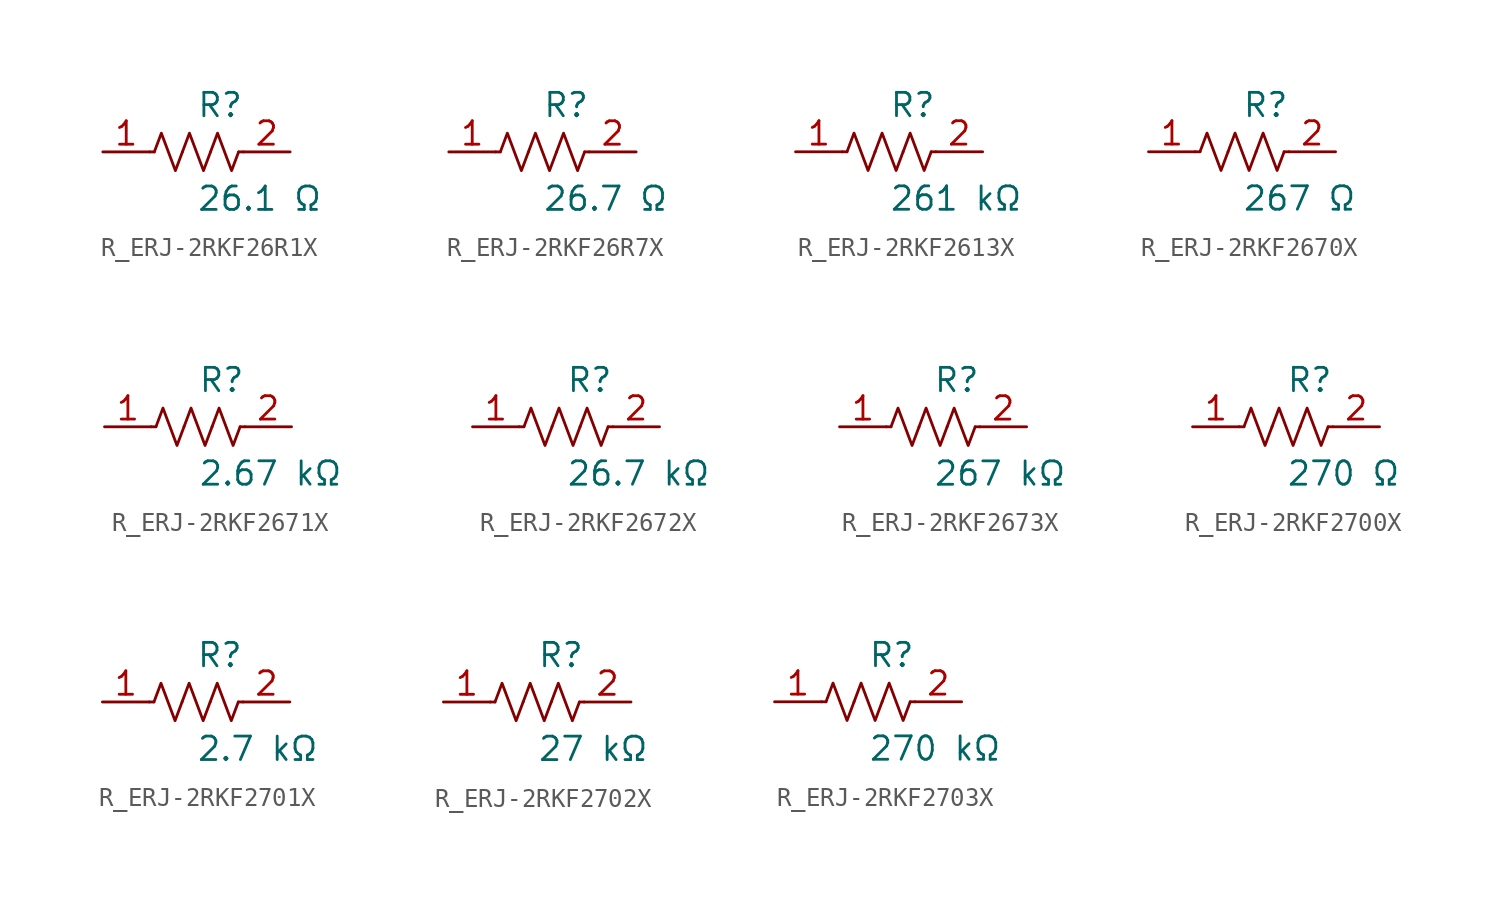
<source format=kicad_sym>
(kicad_symbol_lib
  (version 20231120)
  (generator kicad_symbol_editor)
  (generator_version 8.0)
  (symbol "R_ERJ-2RKF26R1X"
    (pin_names
      (offset 0.254))
    (property "Reference" "R"
      (at 0 2.54 0)
      (effects (font (size 1.27 1.27)) (justify left)))
    (property "Value" "26.1 Ω"
      (at 0 -2.54 0)
      (effects (font (size 1.27 1.27)) (justify left)))
    (symbol "R_ERJ-2RKF26R1X_0_1"
      (polyline (pts (xy 2.286 0) (xy 2.54 0)) (stroke (width 0) (type default)) (fill (type none)))
      (polyline (pts (xy -2.286 0) (xy -2.54 0)) (stroke (width 0) (type default)) (fill (type none)))
      (polyline (pts (xy 0.762 0) (xy 1.143 1.016) (xy 1.524 0) (xy 1.905 -1.016) (xy 2.286 0)) (stroke (width 0) (type default)) (fill (type none)))
      (polyline (pts (xy -0.762 0) (xy -0.381 1.016) (xy 0 0) (xy 0.381 -1.016) (xy 0.762 0)) (stroke (width 0) (type default)) (fill (type none)))
      (polyline (pts (xy -2.286 0) (xy -1.905 1.016) (xy -1.524 0) (xy -1.143 -1.016) (xy -0.762 0)) (stroke (width 0) (type default)) (fill (type none))))
    (pin passive line
      (at -5.08 0 0)
      (length 2.54)
      (name "" (effects (font (size 1.27 1.27))))
      (number "1" (effects (font (size 1.27 1.27)))))
    (pin passive line
      (at 5.08 0 180)
      (length 2.54)
      (name "" (effects (font (size 1.27 1.27))))
      (number "2" (effects (font (size 1.27 1.27))))))
  (symbol "R_ERJ-2RKF26R7X"
    (pin_names
      (offset 0.254))
    (property "Reference" "R"
      (at 0 2.54 0)
      (effects (font (size 1.27 1.27)) (justify left)))
    (property "Value" "26.7 Ω"
      (at 0 -2.54 0)
      (effects (font (size 1.27 1.27)) (justify left)))
    (symbol "R_ERJ-2RKF26R7X_0_1"
      (polyline (pts (xy 2.286 0) (xy 2.54 0)) (stroke (width 0) (type default)) (fill (type none)))
      (polyline (pts (xy -2.286 0) (xy -2.54 0)) (stroke (width 0) (type default)) (fill (type none)))
      (polyline (pts (xy 0.762 0) (xy 1.143 1.016) (xy 1.524 0) (xy 1.905 -1.016) (xy 2.286 0)) (stroke (width 0) (type default)) (fill (type none)))
      (polyline (pts (xy -0.762 0) (xy -0.381 1.016) (xy 0 0) (xy 0.381 -1.016) (xy 0.762 0)) (stroke (width 0) (type default)) (fill (type none)))
      (polyline (pts (xy -2.286 0) (xy -1.905 1.016) (xy -1.524 0) (xy -1.143 -1.016) (xy -0.762 0)) (stroke (width 0) (type default)) (fill (type none))))
    (pin passive line
      (at -5.08 0 0)
      (length 2.54)
      (name "" (effects (font (size 1.27 1.27))))
      (number "1" (effects (font (size 1.27 1.27)))))
    (pin passive line
      (at 5.08 0 180)
      (length 2.54)
      (name "" (effects (font (size 1.27 1.27))))
      (number "2" (effects (font (size 1.27 1.27))))))
  (symbol "R_ERJ-2RKF2613X"
    (pin_names
      (offset 0.254))
    (property "Reference" "R"
      (at 0 2.54 0)
      (effects (font (size 1.27 1.27)) (justify left)))
    (property "Value" "261 kΩ"
      (at 0 -2.54 0)
      (effects (font (size 1.27 1.27)) (justify left)))
    (symbol "R_ERJ-2RKF2613X_0_1"
      (polyline (pts (xy 2.286 0) (xy 2.54 0)) (stroke (width 0) (type default)) (fill (type none)))
      (polyline (pts (xy -2.286 0) (xy -2.54 0)) (stroke (width 0) (type default)) (fill (type none)))
      (polyline (pts (xy 0.762 0) (xy 1.143 1.016) (xy 1.524 0) (xy 1.905 -1.016) (xy 2.286 0)) (stroke (width 0) (type default)) (fill (type none)))
      (polyline (pts (xy -0.762 0) (xy -0.381 1.016) (xy 0 0) (xy 0.381 -1.016) (xy 0.762 0)) (stroke (width 0) (type default)) (fill (type none)))
      (polyline (pts (xy -2.286 0) (xy -1.905 1.016) (xy -1.524 0) (xy -1.143 -1.016) (xy -0.762 0)) (stroke (width 0) (type default)) (fill (type none))))
    (pin passive line
      (at -5.08 0 0)
      (length 2.54)
      (name "" (effects (font (size 1.27 1.27))))
      (number "1" (effects (font (size 1.27 1.27)))))
    (pin passive line
      (at 5.08 0 180)
      (length 2.54)
      (name "" (effects (font (size 1.27 1.27))))
      (number "2" (effects (font (size 1.27 1.27))))))
  (symbol "R_ERJ-2RKF2670X"
    (pin_names
      (offset 0.254))
    (property "Reference" "R"
      (at 0 2.54 0)
      (effects (font (size 1.27 1.27)) (justify left)))
    (property "Value" "267 Ω"
      (at 0 -2.54 0)
      (effects (font (size 1.27 1.27)) (justify left)))
    (symbol "R_ERJ-2RKF2670X_0_1"
      (polyline (pts (xy 2.286 0) (xy 2.54 0)) (stroke (width 0) (type default)) (fill (type none)))
      (polyline (pts (xy -2.286 0) (xy -2.54 0)) (stroke (width 0) (type default)) (fill (type none)))
      (polyline (pts (xy 0.762 0) (xy 1.143 1.016) (xy 1.524 0) (xy 1.905 -1.016) (xy 2.286 0)) (stroke (width 0) (type default)) (fill (type none)))
      (polyline (pts (xy -0.762 0) (xy -0.381 1.016) (xy 0 0) (xy 0.381 -1.016) (xy 0.762 0)) (stroke (width 0) (type default)) (fill (type none)))
      (polyline (pts (xy -2.286 0) (xy -1.905 1.016) (xy -1.524 0) (xy -1.143 -1.016) (xy -0.762 0)) (stroke (width 0) (type default)) (fill (type none))))
    (pin passive line
      (at -5.08 0 0)
      (length 2.54)
      (name "" (effects (font (size 1.27 1.27))))
      (number "1" (effects (font (size 1.27 1.27)))))
    (pin passive line
      (at 5.08 0 180)
      (length 2.54)
      (name "" (effects (font (size 1.27 1.27))))
      (number "2" (effects (font (size 1.27 1.27))))))
  (symbol "R_ERJ-2RKF2671X"
    (pin_names
      (offset 0.254))
    (property "Reference" "R"
      (at 0 2.54 0)
      (effects (font (size 1.27 1.27)) (justify left)))
    (property "Value" "2.67 kΩ"
      (at 0 -2.54 0)
      (effects (font (size 1.27 1.27)) (justify left)))
    (symbol "R_ERJ-2RKF2671X_0_1"
      (polyline (pts (xy 2.286 0) (xy 2.54 0)) (stroke (width 0) (type default)) (fill (type none)))
      (polyline (pts (xy -2.286 0) (xy -2.54 0)) (stroke (width 0) (type default)) (fill (type none)))
      (polyline (pts (xy 0.762 0) (xy 1.143 1.016) (xy 1.524 0) (xy 1.905 -1.016) (xy 2.286 0)) (stroke (width 0) (type default)) (fill (type none)))
      (polyline (pts (xy -0.762 0) (xy -0.381 1.016) (xy 0 0) (xy 0.381 -1.016) (xy 0.762 0)) (stroke (width 0) (type default)) (fill (type none)))
      (polyline (pts (xy -2.286 0) (xy -1.905 1.016) (xy -1.524 0) (xy -1.143 -1.016) (xy -0.762 0)) (stroke (width 0) (type default)) (fill (type none))))
    (pin passive line
      (at -5.08 0 0)
      (length 2.54)
      (name "" (effects (font (size 1.27 1.27))))
      (number "1" (effects (font (size 1.27 1.27)))))
    (pin passive line
      (at 5.08 0 180)
      (length 2.54)
      (name "" (effects (font (size 1.27 1.27))))
      (number "2" (effects (font (size 1.27 1.27))))))
  (symbol "R_ERJ-2RKF2672X"
    (pin_names
      (offset 0.254))
    (property "Reference" "R"
      (at 0 2.54 0)
      (effects (font (size 1.27 1.27)) (justify left)))
    (property "Value" "26.7 kΩ"
      (at 0 -2.54 0)
      (effects (font (size 1.27 1.27)) (justify left)))
    (symbol "R_ERJ-2RKF2672X_0_1"
      (polyline (pts (xy 2.286 0) (xy 2.54 0)) (stroke (width 0) (type default)) (fill (type none)))
      (polyline (pts (xy -2.286 0) (xy -2.54 0)) (stroke (width 0) (type default)) (fill (type none)))
      (polyline (pts (xy 0.762 0) (xy 1.143 1.016) (xy 1.524 0) (xy 1.905 -1.016) (xy 2.286 0)) (stroke (width 0) (type default)) (fill (type none)))
      (polyline (pts (xy -0.762 0) (xy -0.381 1.016) (xy 0 0) (xy 0.381 -1.016) (xy 0.762 0)) (stroke (width 0) (type default)) (fill (type none)))
      (polyline (pts (xy -2.286 0) (xy -1.905 1.016) (xy -1.524 0) (xy -1.143 -1.016) (xy -0.762 0)) (stroke (width 0) (type default)) (fill (type none))))
    (pin passive line
      (at -5.08 0 0)
      (length 2.54)
      (name "" (effects (font (size 1.27 1.27))))
      (number "1" (effects (font (size 1.27 1.27)))))
    (pin passive line
      (at 5.08 0 180)
      (length 2.54)
      (name "" (effects (font (size 1.27 1.27))))
      (number "2" (effects (font (size 1.27 1.27))))))
  (symbol "R_ERJ-2RKF2673X"
    (pin_names
      (offset 0.254))
    (property "Reference" "R"
      (at 0 2.54 0)
      (effects (font (size 1.27 1.27)) (justify left)))
    (property "Value" "267 kΩ"
      (at 0 -2.54 0)
      (effects (font (size 1.27 1.27)) (justify left)))
    (symbol "R_ERJ-2RKF2673X_0_1"
      (polyline (pts (xy 2.286 0) (xy 2.54 0)) (stroke (width 0) (type default)) (fill (type none)))
      (polyline (pts (xy -2.286 0) (xy -2.54 0)) (stroke (width 0) (type default)) (fill (type none)))
      (polyline (pts (xy 0.762 0) (xy 1.143 1.016) (xy 1.524 0) (xy 1.905 -1.016) (xy 2.286 0)) (stroke (width 0) (type default)) (fill (type none)))
      (polyline (pts (xy -0.762 0) (xy -0.381 1.016) (xy 0 0) (xy 0.381 -1.016) (xy 0.762 0)) (stroke (width 0) (type default)) (fill (type none)))
      (polyline (pts (xy -2.286 0) (xy -1.905 1.016) (xy -1.524 0) (xy -1.143 -1.016) (xy -0.762 0)) (stroke (width 0) (type default)) (fill (type none))))
    (pin passive line
      (at -5.08 0 0)
      (length 2.54)
      (name "" (effects (font (size 1.27 1.27))))
      (number "1" (effects (font (size 1.27 1.27)))))
    (pin passive line
      (at 5.08 0 180)
      (length 2.54)
      (name "" (effects (font (size 1.27 1.27))))
      (number "2" (effects (font (size 1.27 1.27))))))
  (symbol "R_ERJ-2RKF2700X"
    (pin_names
      (offset 0.254))
    (property "Reference" "R"
      (at 0 2.54 0)
      (effects (font (size 1.27 1.27)) (justify left)))
    (property "Value" "270 Ω"
      (at 0 -2.54 0)
      (effects (font (size 1.27 1.27)) (justify left)))
    (symbol "R_ERJ-2RKF2700X_0_1"
      (polyline (pts (xy 2.286 0) (xy 2.54 0)) (stroke (width 0) (type default)) (fill (type none)))
      (polyline (pts (xy -2.286 0) (xy -2.54 0)) (stroke (width 0) (type default)) (fill (type none)))
      (polyline (pts (xy 0.762 0) (xy 1.143 1.016) (xy 1.524 0) (xy 1.905 -1.016) (xy 2.286 0)) (stroke (width 0) (type default)) (fill (type none)))
      (polyline (pts (xy -0.762 0) (xy -0.381 1.016) (xy 0 0) (xy 0.381 -1.016) (xy 0.762 0)) (stroke (width 0) (type default)) (fill (type none)))
      (polyline (pts (xy -2.286 0) (xy -1.905 1.016) (xy -1.524 0) (xy -1.143 -1.016) (xy -0.762 0)) (stroke (width 0) (type default)) (fill (type none))))
    (pin passive line
      (at -5.08 0 0)
      (length 2.54)
      (name "" (effects (font (size 1.27 1.27))))
      (number "1" (effects (font (size 1.27 1.27)))))
    (pin passive line
      (at 5.08 0 180)
      (length 2.54)
      (name "" (effects (font (size 1.27 1.27))))
      (number "2" (effects (font (size 1.27 1.27))))))
  (symbol "R_ERJ-2RKF2701X"
    (pin_names
      (offset 0.254))
    (property "Reference" "R"
      (at 0 2.54 0)
      (effects (font (size 1.27 1.27)) (justify left)))
    (property "Value" "2.7 kΩ"
      (at 0 -2.54 0)
      (effects (font (size 1.27 1.27)) (justify left)))
    (symbol "R_ERJ-2RKF2701X_0_1"
      (polyline (pts (xy 2.286 0) (xy 2.54 0)) (stroke (width 0) (type default)) (fill (type none)))
      (polyline (pts (xy -2.286 0) (xy -2.54 0)) (stroke (width 0) (type default)) (fill (type none)))
      (polyline (pts (xy 0.762 0) (xy 1.143 1.016) (xy 1.524 0) (xy 1.905 -1.016) (xy 2.286 0)) (stroke (width 0) (type default)) (fill (type none)))
      (polyline (pts (xy -0.762 0) (xy -0.381 1.016) (xy 0 0) (xy 0.381 -1.016) (xy 0.762 0)) (stroke (width 0) (type default)) (fill (type none)))
      (polyline (pts (xy -2.286 0) (xy -1.905 1.016) (xy -1.524 0) (xy -1.143 -1.016) (xy -0.762 0)) (stroke (width 0) (type default)) (fill (type none))))
    (pin passive line
      (at -5.08 0 0)
      (length 2.54)
      (name "" (effects (font (size 1.27 1.27))))
      (number "1" (effects (font (size 1.27 1.27)))))
    (pin passive line
      (at 5.08 0 180)
      (length 2.54)
      (name "" (effects (font (size 1.27 1.27))))
      (number "2" (effects (font (size 1.27 1.27))))))
  (symbol "R_ERJ-2RKF2702X"
    (pin_names
      (offset 0.254))
    (property "Reference" "R"
      (at 0 2.54 0)
      (effects (font (size 1.27 1.27)) (justify left)))
    (property "Value" "27 kΩ"
      (at 0 -2.54 0)
      (effects (font (size 1.27 1.27)) (justify left)))
    (symbol "R_ERJ-2RKF2702X_0_1"
      (polyline (pts (xy 2.286 0) (xy 2.54 0)) (stroke (width 0) (type default)) (fill (type none)))
      (polyline (pts (xy -2.286 0) (xy -2.54 0)) (stroke (width 0) (type default)) (fill (type none)))
      (polyline (pts (xy 0.762 0) (xy 1.143 1.016) (xy 1.524 0) (xy 1.905 -1.016) (xy 2.286 0)) (stroke (width 0) (type default)) (fill (type none)))
      (polyline (pts (xy -0.762 0) (xy -0.381 1.016) (xy 0 0) (xy 0.381 -1.016) (xy 0.762 0)) (stroke (width 0) (type default)) (fill (type none)))
      (polyline (pts (xy -2.286 0) (xy -1.905 1.016) (xy -1.524 0) (xy -1.143 -1.016) (xy -0.762 0)) (stroke (width 0) (type default)) (fill (type none))))
    (pin passive line
      (at -5.08 0 0)
      (length 2.54)
      (name "" (effects (font (size 1.27 1.27))))
      (number "1" (effects (font (size 1.27 1.27)))))
    (pin passive line
      (at 5.08 0 180)
      (length 2.54)
      (name "" (effects (font (size 1.27 1.27))))
      (number "2" (effects (font (size 1.27 1.27))))))
  (symbol "R_ERJ-2RKF2703X"
    (pin_names
      (offset 0.254))
    (property "Reference" "R"
      (at 0 2.54 0)
      (effects (font (size 1.27 1.27)) (justify left)))
    (property "Value" "270 kΩ"
      (at 0 -2.54 0)
      (effects (font (size 1.27 1.27)) (justify left)))
    (symbol "R_ERJ-2RKF2703X_0_1"
      (polyline (pts (xy 2.286 0) (xy 2.54 0)) (stroke (width 0) (type default)) (fill (type none)))
      (polyline (pts (xy -2.286 0) (xy -2.54 0)) (stroke (width 0) (type default)) (fill (type none)))
      (polyline (pts (xy 0.762 0) (xy 1.143 1.016) (xy 1.524 0) (xy 1.905 -1.016) (xy 2.286 0)) (stroke (width 0) (type default)) (fill (type none)))
      (polyline (pts (xy -0.762 0) (xy -0.381 1.016) (xy 0 0) (xy 0.381 -1.016) (xy 0.762 0)) (stroke (width 0) (type default)) (fill (type none)))
      (polyline (pts (xy -2.286 0) (xy -1.905 1.016) (xy -1.524 0) (xy -1.143 -1.016) (xy -0.762 0)) (stroke (width 0) (type default)) (fill (type none))))
    (pin passive line
      (at -5.08 0 0)
      (length 2.54)
      (name "" (effects (font (size 1.27 1.27))))
      (number "1" (effects (font (size 1.27 1.27)))))
    (pin passive line
      (at 5.08 0 180)
      (length 2.54)
      (name "" (effects (font (size 1.27 1.27))))
      (number "2" (effects (font (size 1.27 1.27)))))))
</source>
